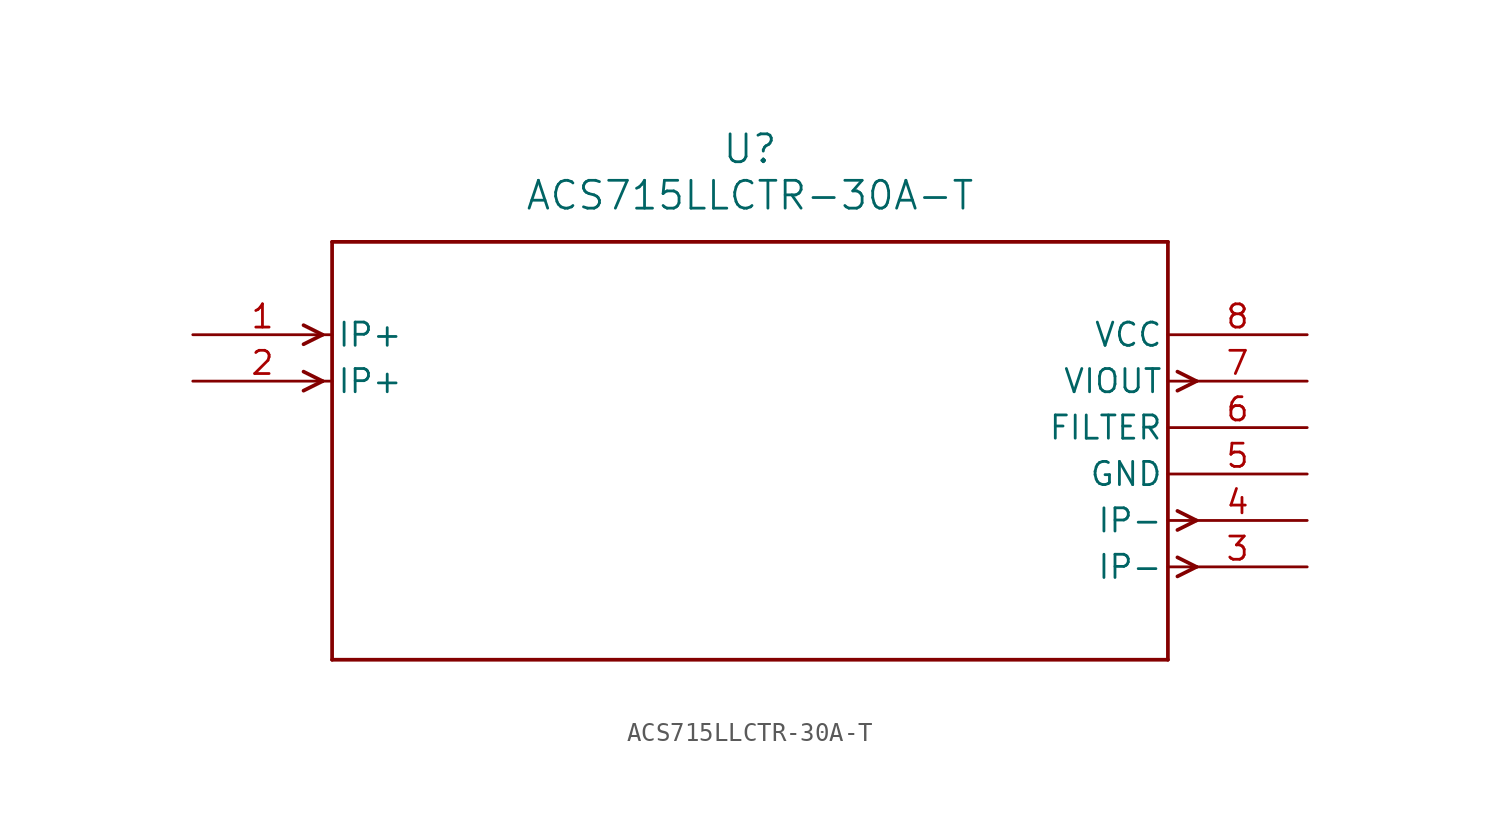
<source format=kicad_sym>
(kicad_symbol_lib
  (version 20211014)
  (generator kicad_symbol_editor)
  (symbol "ACS715LLCTR-30A-T"
    (pin_names
      (offset 0.254))
    (property "Reference" "U"
      (at 30.48 10.16 0)
      (effects (font (size 1.524 1.524))))
    (property "Value" "ACS715LLCTR-30A-T"
      (at 30.48 7.62 0)
      (effects (font (size 1.524 1.524))))
    (symbol "ACS715LLCTR-30A-T_0_1"
      (polyline (pts (xy 7.099 0) (xy 6.058 0.521)) (stroke (width 0.203) (type default) (color 0 0 0 0)) (fill (type none)))
      (polyline (pts (xy 7.099 0) (xy 6.058 -0.521)) (stroke (width 0.203) (type default) (color 0 0 0 0)) (fill (type none)))
      (polyline (pts (xy 7.099 -2.54) (xy 6.058 -2.019)) (stroke (width 0.203) (type default) (color 0 0 0 0)) (fill (type none)))
      (polyline (pts (xy 7.099 -2.54) (xy 6.058 -3.061)) (stroke (width 0.203) (type default) (color 0 0 0 0)) (fill (type none)))
      (polyline (pts (xy 53.861 -12.179) (xy 54.902 -12.7)) (stroke (width 0.203) (type default) (color 0 0 0 0)) (fill (type none)))
      (polyline (pts (xy 53.861 -13.221) (xy 54.902 -12.7)) (stroke (width 0.203) (type default) (color 0 0 0 0)) (fill (type none)))
      (polyline (pts (xy 53.861 -9.639) (xy 54.902 -10.16)) (stroke (width 0.203) (type default) (color 0 0 0 0)) (fill (type none)))
      (polyline (pts (xy 53.861 -10.681) (xy 54.902 -10.16)) (stroke (width 0.203) (type default) (color 0 0 0 0)) (fill (type none)))
      (polyline (pts (xy 53.861 -2.019) (xy 54.902 -2.54)) (stroke (width 0.203) (type default) (color 0 0 0 0)) (fill (type none)))
      (polyline (pts (xy 53.861 -3.061) (xy 54.902 -2.54)) (stroke (width 0.203) (type default) (color 0 0 0 0)) (fill (type none)))
      (polyline (pts (xy 7.62 5.08) (xy 7.62 -17.78)) (stroke (width 0.203) (type default) (color 0 0 0 0)) (fill (type none)))
      (polyline (pts (xy 7.62 -17.78) (xy 53.34 -17.78)) (stroke (width 0.203) (type default) (color 0 0 0 0)) (fill (type none)))
      (polyline (pts (xy 53.34 -17.78) (xy 53.34 5.08)) (stroke (width 0.203) (type default) (color 0 0 0 0)) (fill (type none)))
      (polyline (pts (xy 53.34 5.08) (xy 7.62 5.08)) (stroke (width 0.203) (type default) (color 0 0 0 0)) (fill (type none)))
      (pin input line (at 0 0 0) (length 7.62) (name "IP+" (effects (font (size 1.27 1.27)))) (number "1" (effects (font (size 1.27 1.27)))))
      (pin input line (at 0 -2.54 0) (length 7.62) (name "IP+" (effects (font (size 1.27 1.27)))) (number "2" (effects (font (size 1.27 1.27)))))
      (pin output line (at 60.96 -12.7 180) (length 7.62) (name "IP-" (effects (font (size 1.27 1.27)))) (number "3" (effects (font (size 1.27 1.27)))))
      (pin output line (at 60.96 -10.16 180) (length 7.62) (name "IP-" (effects (font (size 1.27 1.27)))) (number "4" (effects (font (size 1.27 1.27)))))
      (pin power_in line (at 60.96 -7.62 180) (length 7.62) (name "GND" (effects (font (size 1.27 1.27)))) (number "5" (effects (font (size 1.27 1.27)))))
      (pin unspecified line (at 60.96 -5.08 180) (length 7.62) (name "FILTER" (effects (font (size 1.27 1.27)))) (number "6" (effects (font (size 1.27 1.27)))))
      (pin output line (at 60.96 -2.54 180) (length 7.62) (name "VIOUT" (effects (font (size 1.27 1.27)))) (number "7" (effects (font (size 1.27 1.27)))))
      (pin power_in line (at 60.96 0 180) (length 7.62) (name "VCC" (effects (font (size 1.27 1.27)))) (number "8" (effects (font (size 1.27 1.27))))))))
</source>
